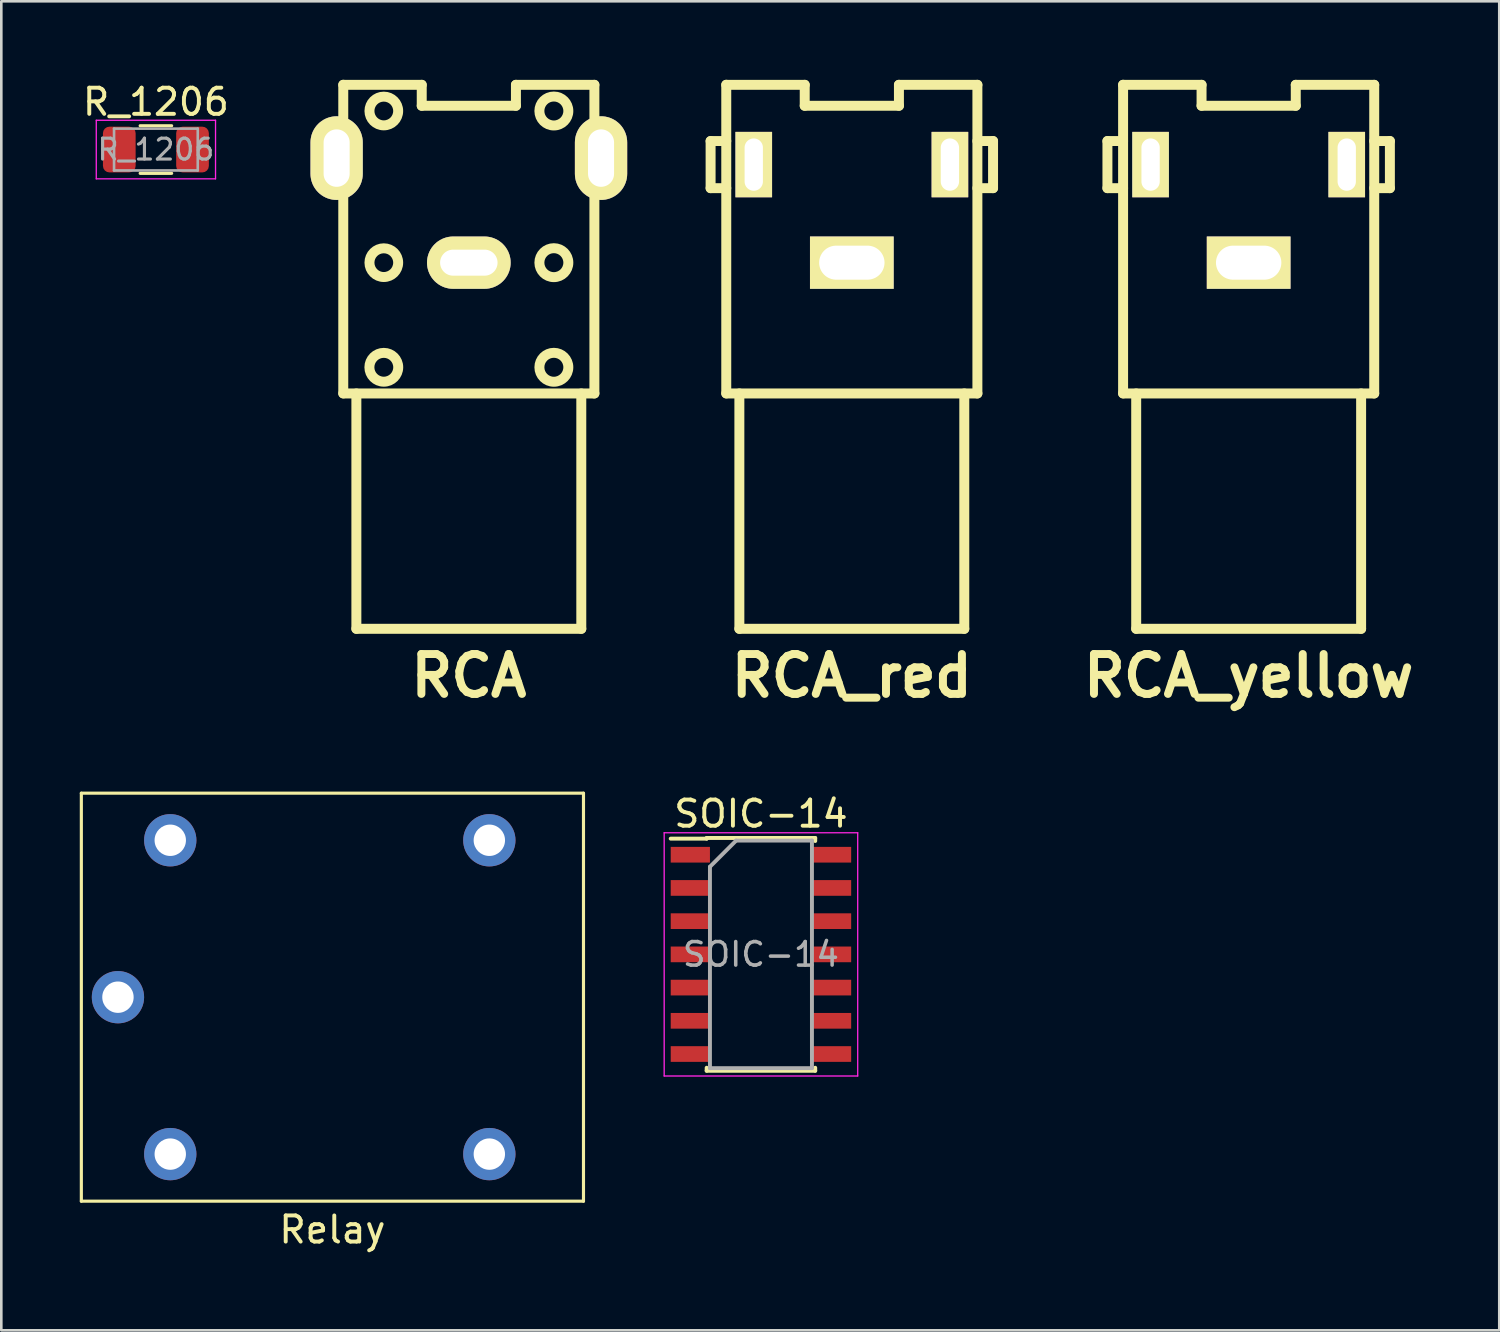
<source format=kicad_pcb>
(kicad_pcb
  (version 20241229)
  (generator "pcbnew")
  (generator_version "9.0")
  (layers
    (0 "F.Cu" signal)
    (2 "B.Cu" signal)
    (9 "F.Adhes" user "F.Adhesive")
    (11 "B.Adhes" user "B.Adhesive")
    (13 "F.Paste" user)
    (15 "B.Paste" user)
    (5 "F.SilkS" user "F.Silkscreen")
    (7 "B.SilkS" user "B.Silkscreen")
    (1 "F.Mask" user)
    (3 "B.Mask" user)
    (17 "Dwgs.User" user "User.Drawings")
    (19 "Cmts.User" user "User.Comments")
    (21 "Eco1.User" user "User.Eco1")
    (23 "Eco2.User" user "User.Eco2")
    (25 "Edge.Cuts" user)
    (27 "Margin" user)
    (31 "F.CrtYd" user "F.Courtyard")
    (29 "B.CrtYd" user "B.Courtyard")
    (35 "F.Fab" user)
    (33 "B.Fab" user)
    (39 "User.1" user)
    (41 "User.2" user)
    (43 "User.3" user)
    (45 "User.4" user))
  (footprint "RCA_yellow"
    (layer "F.Cu")
    (at 44.693 6.993)
    (property "Reference" "RCA_yellow" (at 0 15.799 0) (layer "F.SilkS") (effects (font (size 1.524 1.524) (thickness 0.305))))
    (attr through_hole)
    (fp_line (start -5.4 -4.65) (end -4.801 -4.65) (stroke (width 0.381) (type solid)) (layer "F.SilkS"))
    (fp_line (start -5.4 -2.849) (end -5.4 -4.65) (stroke (width 0.381) (type solid)) (layer "F.SilkS"))
    (fp_line (start -4.801 -6.8) (end -1.801 -6.8) (stroke (width 0.381) (type solid)) (layer "F.SilkS"))
    (fp_line (start -4.801 -2.849) (end -5.4 -2.849) (stroke (width 0.381) (type solid)) (layer "F.SilkS"))
    (fp_line (start -4.801 4.999) (end -4.801 -6.802) (stroke (width 0.381) (type solid)) (layer "F.SilkS"))
    (fp_line (start -4.3 5.001) (end -4.3 14) (stroke (width 0.381) (type solid)) (layer "F.SilkS"))
    (fp_line (start -4.3 14) (end 4.3 14) (stroke (width 0.381) (type solid)) (layer "F.SilkS"))
    (fp_line (start -1.801 -6.8) (end -1.801 -5.999) (stroke (width 0.381) (type solid)) (layer "F.SilkS"))
    (fp_line (start -1.801 -5.999) (end 1.801 -5.999) (stroke (width 0.381) (type solid)) (layer "F.SilkS"))
    (fp_line (start 1.801 -6.8) (end 4.801 -6.8) (stroke (width 0.381) (type solid)) (layer "F.SilkS"))
    (fp_line (start 1.801 -5.999) (end 1.801 -6.8) (stroke (width 0.381) (type solid)) (layer "F.SilkS"))
    (fp_line (start 4.3 14) (end 4.3 5.001) (stroke (width 0.381) (type solid)) (layer "F.SilkS"))
    (fp_line (start 4.801 -6.8) (end 4.801 5.001) (stroke (width 0.381) (type solid)) (layer "F.SilkS"))
    (fp_line (start 4.801 -4.65) (end 5.4 -4.65) (stroke (width 0.381) (type solid)) (layer "F.SilkS"))
    (fp_line (start 4.801 5.001) (end -4.801 5.001) (stroke (width 0.381) (type solid)) (layer "F.SilkS"))
    (fp_line (start 5.4 -4.65) (end 5.4 -2.849) (stroke (width 0.381) (type solid)) (layer "F.SilkS"))
    (fp_line (start 5.4 -2.849) (end 4.801 -2.849) (stroke (width 0.381) (type solid)) (layer "F.SilkS"))
    (pad "1" thru_hole rect (at -3.75 -3.75) (size 1.4 2.5) (drill oval 0.7 2) (layers "*.Cu" "*.Mask" "F.SilkS"))
    (pad "1" thru_hole rect (at 3.75 -3.75) (size 1.4 2.5) (drill oval 0.7 2) (layers "*.Cu" "*.Mask" "F.SilkS"))
    (pad "2" thru_hole rect (at 0 0) (size 3.2 2) (drill oval 2.5 1.3) (layers "*.Cu" "*.Mask" "F.SilkS")))
  (footprint "RCA_red"
    (layer "F.Cu")
    (at 29.52 6.993)
    (property "Reference" "RCA_red" (at 0 15.799 0) (layer "F.SilkS") (effects (font (size 1.524 1.524) (thickness 0.305))))
    (attr through_hole)
    (fp_line (start -5.4 -4.65) (end -4.801 -4.65) (stroke (width 0.381) (type solid)) (layer "F.SilkS"))
    (fp_line (start -5.4 -2.849) (end -5.4 -4.65) (stroke (width 0.381) (type solid)) (layer "F.SilkS"))
    (fp_line (start -4.801 -6.8) (end -1.801 -6.8) (stroke (width 0.381) (type solid)) (layer "F.SilkS"))
    (fp_line (start -4.801 -2.849) (end -5.4 -2.849) (stroke (width 0.381) (type solid)) (layer "F.SilkS"))
    (fp_line (start -4.801 4.999) (end -4.801 -6.802) (stroke (width 0.381) (type solid)) (layer "F.SilkS"))
    (fp_line (start -4.3 5.001) (end -4.3 14) (stroke (width 0.381) (type solid)) (layer "F.SilkS"))
    (fp_line (start -4.3 14) (end 4.3 14) (stroke (width 0.381) (type solid)) (layer "F.SilkS"))
    (fp_line (start -1.801 -6.8) (end -1.801 -5.999) (stroke (width 0.381) (type solid)) (layer "F.SilkS"))
    (fp_line (start -1.801 -5.999) (end 1.801 -5.999) (stroke (width 0.381) (type solid)) (layer "F.SilkS"))
    (fp_line (start 1.801 -6.8) (end 4.801 -6.8) (stroke (width 0.381) (type solid)) (layer "F.SilkS"))
    (fp_line (start 1.801 -5.999) (end 1.801 -6.8) (stroke (width 0.381) (type solid)) (layer "F.SilkS"))
    (fp_line (start 4.3 14) (end 4.3 5.001) (stroke (width 0.381) (type solid)) (layer "F.SilkS"))
    (fp_line (start 4.801 -6.8) (end 4.801 5.001) (stroke (width 0.381) (type solid)) (layer "F.SilkS"))
    (fp_line (start 4.801 -4.65) (end 5.4 -4.65) (stroke (width 0.381) (type solid)) (layer "F.SilkS"))
    (fp_line (start 4.801 5.001) (end -4.801 5.001) (stroke (width 0.381) (type solid)) (layer "F.SilkS"))
    (fp_line (start 5.4 -4.65) (end 5.4 -2.849) (stroke (width 0.381) (type solid)) (layer "F.SilkS"))
    (fp_line (start 5.4 -2.849) (end 4.801 -2.849) (stroke (width 0.381) (type solid)) (layer "F.SilkS"))
    (pad "1" thru_hole rect (at -3.75 -3.75) (size 1.4 2.5) (drill oval 0.7 2) (layers "*.Cu" "*.Mask" "F.SilkS"))
    (pad "1" thru_hole rect (at 3.75 -3.75) (size 1.4 2.5) (drill oval 0.7 2) (layers "*.Cu" "*.Mask" "F.SilkS"))
    (pad "2" thru_hole rect (at 0 0) (size 3.2 2) (drill oval 2.5 1.3) (layers "*.Cu" "*.Mask" "F.SilkS")))
  (footprint "RCA"
    (layer "F.Cu")
    (at 14.876 6.993)
    (property "Reference" "RCA" (at 0 15.799 0) (layer "F.SilkS") (effects (font (size 1.524 1.524) (thickness 0.305))))
    (attr through_hole)
    (fp_line (start -5.4 -4.9) (end -4.801 -4.9) (stroke (width 0.381) (type solid)) (layer "F.SilkS"))
    (fp_line (start -5.4 -3.099) (end -5.4 -4.9) (stroke (width 0.381) (type solid)) (layer "F.SilkS"))
    (fp_line (start -4.801 -6.8) (end -1.801 -6.8) (stroke (width 0.381) (type solid)) (layer "F.SilkS"))
    (fp_line (start -4.801 -3.099) (end -5.4 -3.099) (stroke (width 0.381) (type solid)) (layer "F.SilkS"))
    (fp_line (start -4.801 4.999) (end -4.801 -6.802) (stroke (width 0.381) (type solid)) (layer "F.SilkS"))
    (fp_line (start -4.3 5.001) (end -4.3 14) (stroke (width 0.381) (type solid)) (layer "F.SilkS"))
    (fp_line (start -4.3 14) (end 4.3 14) (stroke (width 0.381) (type solid)) (layer "F.SilkS"))
    (fp_line (start -1.801 -6.8) (end -1.801 -5.999) (stroke (width 0.381) (type solid)) (layer "F.SilkS"))
    (fp_line (start -1.801 -5.999) (end 1.801 -5.999) (stroke (width 0.381) (type solid)) (layer "F.SilkS"))
    (fp_line (start 1.801 -6.8) (end 4.801 -6.8) (stroke (width 0.381) (type solid)) (layer "F.SilkS"))
    (fp_line (start 1.801 -5.999) (end 1.801 -6.8) (stroke (width 0.381) (type solid)) (layer "F.SilkS"))
    (fp_line (start 4.3 14) (end 4.3 5.001) (stroke (width 0.381) (type solid)) (layer "F.SilkS"))
    (fp_line (start 4.801 -6.8) (end 4.801 5.001) (stroke (width 0.381) (type solid)) (layer "F.SilkS"))
    (fp_line (start 4.801 -4.9) (end 5.4 -4.9) (stroke (width 0.381) (type solid)) (layer "F.SilkS"))
    (fp_line (start 4.801 5.001) (end -4.801 5.001) (stroke (width 0.381) (type solid)) (layer "F.SilkS"))
    (fp_line (start 5.4 -4.9) (end 5.4 -3.099) (stroke (width 0.381) (type solid)) (layer "F.SilkS"))
    (fp_line (start 5.4 -3.099) (end 4.801 -3.099) (stroke (width 0.381) (type solid)) (layer "F.SilkS"))
    (fp_circle (center -3.251 -5.799) (end -3.8 -5.799) (stroke (width 0.381) (type solid)) (fill no) (layer "F.SilkS"))
    (fp_circle (center -3.251 0) (end -3.8 0) (stroke (width 0.381) (type solid)) (fill no) (layer "F.SilkS"))
    (fp_circle (center -3.251 4) (end -3.8 3.95) (stroke (width 0.381) (type solid)) (fill no) (layer "F.SilkS"))
    (fp_circle (center 3.251 -5.799) (end 2.7 -5.85) (stroke (width 0.381) (type solid)) (fill no) (layer "F.SilkS"))
    (fp_circle (center 3.251 0) (end 2.7 -0.051) (stroke (width 0.381) (type solid)) (fill no) (layer "F.SilkS"))
    (fp_circle (center 3.251 4) (end 2.7 4.049) (stroke (width 0.381) (type solid)) (fill no) (layer "F.SilkS"))
    (pad "1" thru_hole oval (at 0 0) (size 3.198 1.999) (drill oval 2.197 0.996) (layers "*.Cu" "*.Mask" "F.SilkS"))
    (pad "2" thru_hole oval (at -5.055 -3.998) (size 1.999 3.198) (drill oval 0.996 2.197) (layers "*.Cu" "*.Mask" "F.SilkS"))
    (pad "2" thru_hole oval (at 5.055 -3.998) (size 1.999 3.198) (drill oval 0.996 2.197) (layers "*.Cu" "*.Mask" "F.SilkS")))
  (footprint "SOIC-14"
    (layer "F.Cu")
    (at 26.045 33.441)
    (property "Reference" "SOIC-14" (at 0 -5.375 0) (layer "F.SilkS") (effects (font (size 1 1) (thickness 0.15))))
    (attr smd)
    (fp_line (start -2.075 -4.45) (end -2.075 -4.425) (stroke (width 0.15) (type solid)) (layer "F.SilkS"))
    (fp_line (start -2.075 -4.45) (end 2.075 -4.45) (stroke (width 0.15) (type solid)) (layer "F.SilkS"))
    (fp_line (start -2.075 -4.425) (end -3.45 -4.425) (stroke (width 0.15) (type solid)) (layer "F.SilkS"))
    (fp_line (start -2.075 4.45) (end -2.075 4.335) (stroke (width 0.15) (type solid)) (layer "F.SilkS"))
    (fp_line (start -2.075 4.45) (end 2.075 4.45) (stroke (width 0.15) (type solid)) (layer "F.SilkS"))
    (fp_line (start 2.075 -4.45) (end 2.075 -4.335) (stroke (width 0.15) (type solid)) (layer "F.SilkS"))
    (fp_line (start 2.075 4.45) (end 2.075 4.335) (stroke (width 0.15) (type solid)) (layer "F.SilkS"))
    (fp_line (start -3.7 -4.65) (end -3.7 4.65) (stroke (width 0.05) (type solid)) (layer "F.CrtYd"))
    (fp_line (start -3.7 -4.65) (end 3.7 -4.65) (stroke (width 0.05) (type solid)) (layer "F.CrtYd"))
    (fp_line (start -3.7 4.65) (end 3.7 4.65) (stroke (width 0.05) (type solid)) (layer "F.CrtYd"))
    (fp_line (start 3.7 -4.65) (end 3.7 4.65) (stroke (width 0.05) (type solid)) (layer "F.CrtYd"))
    (fp_line (start -1.95 -3.35) (end -0.95 -4.35) (stroke (width 0.15) (type solid)) (layer "F.Fab"))
    (fp_line (start -1.95 4.35) (end -1.95 -3.35) (stroke (width 0.15) (type solid)) (layer "F.Fab"))
    (fp_line (start -0.95 -4.35) (end 1.95 -4.35) (stroke (width 0.15) (type solid)) (layer "F.Fab"))
    (fp_line (start 1.95 -4.35) (end 1.95 4.35) (stroke (width 0.15) (type solid)) (layer "F.Fab"))
    (fp_line (start 1.95 4.35) (end -1.95 4.35) (stroke (width 0.15) (type solid)) (layer "F.Fab"))
    (fp_text user "${REFERENCE}" (at 0 0 0) (layer "F.Fab") (effects (font (size 0.9 0.9) (thickness 0.135))))
    (pad "1" smd rect (at -2.7 -3.81) (size 1.5 0.6) (layers "F.Cu" "F.Mask" "F.Paste"))
    (pad "2" smd rect (at -2.7 -2.54) (size 1.5 0.6) (layers "F.Cu" "F.Mask" "F.Paste"))
    (pad "3" smd rect (at -2.7 -1.27) (size 1.5 0.6) (layers "F.Cu" "F.Mask" "F.Paste"))
    (pad "4" smd rect (at -2.7 0) (size 1.5 0.6) (layers "F.Cu" "F.Mask" "F.Paste"))
    (pad "5" smd rect (at -2.7 1.27) (size 1.5 0.6) (layers "F.Cu" "F.Mask" "F.Paste"))
    (pad "6" smd rect (at -2.7 2.54) (size 1.5 0.6) (layers "F.Cu" "F.Mask" "F.Paste"))
    (pad "7" smd rect (at -2.7 3.81) (size 1.5 0.6) (layers "F.Cu" "F.Mask" "F.Paste"))
    (pad "8" smd rect (at 2.7 3.81) (size 1.5 0.6) (layers "F.Cu" "F.Mask" "F.Paste"))
    (pad "9" smd rect (at 2.7 2.54) (size 1.5 0.6) (layers "F.Cu" "F.Mask" "F.Paste"))
    (pad "10" smd rect (at 2.7 1.27) (size 1.5 0.6) (layers "F.Cu" "F.Mask" "F.Paste"))
    (pad "11" smd rect (at 2.7 0) (size 1.5 0.6) (layers "F.Cu" "F.Mask" "F.Paste"))
    (pad "12" smd rect (at 2.7 -1.27) (size 1.5 0.6) (layers "F.Cu" "F.Mask" "F.Paste"))
    (pad "13" smd rect (at 2.7 -2.54) (size 1.5 0.6) (layers "F.Cu" "F.Mask" "F.Paste"))
    (pad "14" smd rect (at 2.7 -3.81) (size 1.5 0.6) (layers "F.Cu" "F.Mask" "F.Paste")))
  (footprint "Relay"
    (layer "F.Cu")
    (at 9.66 35.078)
    (property "Reference" "Relay" (at 0 8.89 0) (layer "F.SilkS") (effects (font (size 1 1) (thickness 0.15))))
    (attr through_hole)
    (fp_line (start -9.6 -7.8) (end -9.6 7.8) (stroke (width 0.12) (type solid)) (layer "F.SilkS"))
    (fp_line (start -9.6 7.8) (end 9.6 7.8) (stroke (width 0.12) (type solid)) (layer "F.SilkS"))
    (fp_line (start 9.6 -7.8) (end -9.6 -7.8) (stroke (width 0.12) (type solid)) (layer "F.SilkS"))
    (fp_line (start 9.6 7.8) (end 9.6 -7.8) (stroke (width 0.12) (type solid)) (layer "F.SilkS"))
    (pad "1" thru_hole circle (at -6.2 -6) (size 2 2) (drill 1.2) (layers "*.Cu" "*.Mask"))
    (pad "2" thru_hole circle (at -6.2 6) (size 2 2) (drill 1.2) (layers "*.Cu" "*.Mask"))
    (pad "3" thru_hole circle (at -8.2 0) (size 2 2) (drill 1.2) (layers "*.Cu" "*.Mask"))
    (pad "4" thru_hole circle (at 6 6) (size 2 2) (drill 1.2) (layers "*.Cu" "*.Mask"))
    (pad "5" thru_hole circle (at 6 -6) (size 2 2) (drill 1.2) (layers "*.Cu" "*.Mask")))
  (footprint "R_1206"
    (layer "F.Cu")
    (at 2.911 2.668)
    (property "Reference" "R_1206" (at 0 -1.82 0) (layer "F.SilkS") (effects (font (size 1 1) (thickness 0.15))))
    (attr smd)
    (fp_line (start -0.602 -0.91) (end 0.602 -0.91) (stroke (width 0.12) (type solid)) (layer "F.SilkS"))
    (fp_line (start -0.602 0.91) (end 0.602 0.91) (stroke (width 0.12) (type solid)) (layer "F.SilkS"))
    (fp_line (start -2.28 -1.12) (end 2.28 -1.12) (stroke (width 0.05) (type solid)) (layer "F.CrtYd"))
    (fp_line (start -2.28 1.12) (end -2.28 -1.12) (stroke (width 0.05) (type solid)) (layer "F.CrtYd"))
    (fp_line (start 2.28 -1.12) (end 2.28 1.12) (stroke (width 0.05) (type solid)) (layer "F.CrtYd"))
    (fp_line (start 2.28 1.12) (end -2.28 1.12) (stroke (width 0.05) (type solid)) (layer "F.CrtYd"))
    (fp_line (start -1.6 -0.8) (end 1.6 -0.8) (stroke (width 0.1) (type solid)) (layer "F.Fab"))
    (fp_line (start -1.6 0.8) (end -1.6 -0.8) (stroke (width 0.1) (type solid)) (layer "F.Fab"))
    (fp_line (start 1.6 -0.8) (end 1.6 0.8) (stroke (width 0.1) (type solid)) (layer "F.Fab"))
    (fp_line (start 1.6 0.8) (end -1.6 0.8) (stroke (width 0.1) (type solid)) (layer "F.Fab"))
    (fp_text user "${REFERENCE}" (at 0 0 0) (layer "F.Fab") (effects (font (size 0.8 0.8) (thickness 0.12))))
    (pad "1" smd roundrect (at -1.4 0) (size 1.25 1.75) (layers "F.Cu" "F.Mask" "F.Paste") (roundrect_rratio 0.2))
    (pad "2" smd roundrect (at 1.4 0) (size 1.25 1.75) (layers "F.Cu" "F.Mask" "F.Paste") (roundrect_rratio 0.2)))
  (gr_rect
    (start -3 -3)
    (end 54.275 47.816)
    (stroke (width 0.1) (type default))
    (fill no)
    (layer "Edge.Cuts")))
</source>
